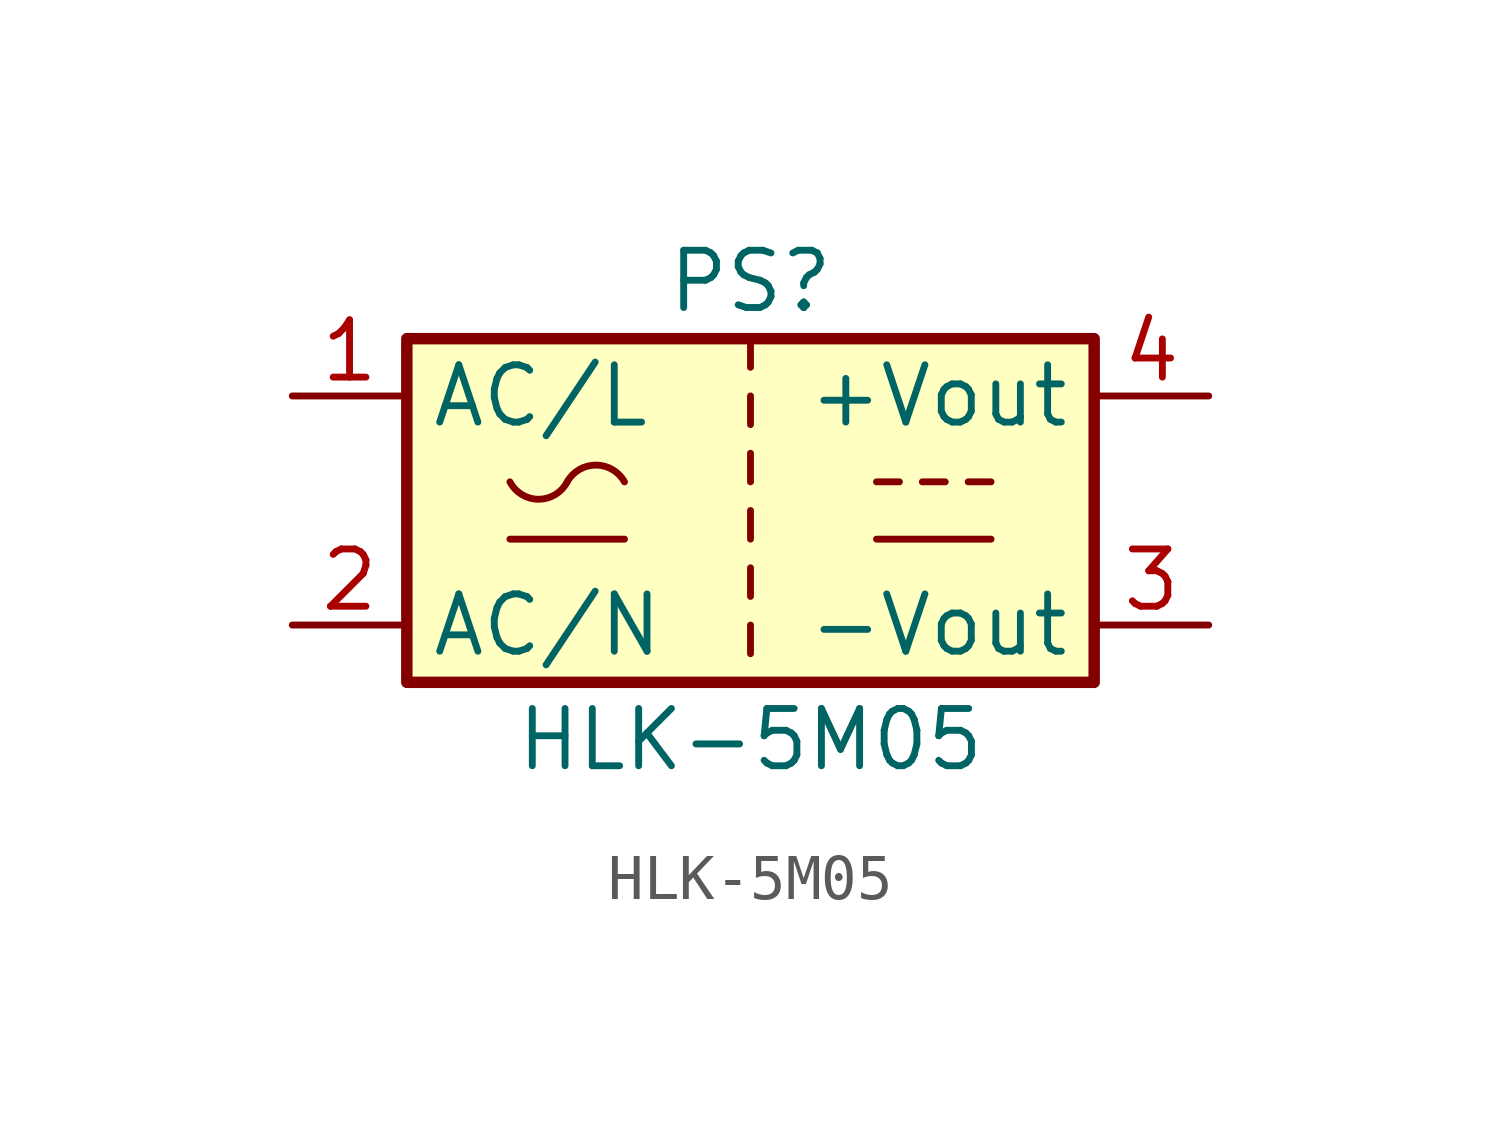
<source format=kicad_sym>
(kicad_symbol_lib
  (version 20201005)
  (generator kicad_symbol_editor)
  (symbol "Converter_ACDC:HLK-5M05"
    (property "Reference" "PS"
      (at 0 5.08 0)
      (effects (font (size 1.27 1.27))))
    (property "Value" "HLK-5M05"
      (at 0 -5.08 0)
      (effects (font (size 1.27 1.27))))
    (symbol "HLK-5M05_0_1"
      (arc (start -5.334 0.635) (end -4.064 0.635) (radius (at -4.699 0.9652) (length 0.7112) (angles -152.5 -27.5)) (stroke (width 0)) (fill (type none)))
      (arc (start -2.794 0.635) (end -4.064 0.635) (radius (at -3.429 0.2794) (length 0.7366) (angles 29.2 150.8)) (stroke (width 0)) (fill (type none)))
      (rectangle (start -7.62 3.81) (end 7.62 -3.81) (stroke (width 0.254)) (fill (type background)))
      (polyline (pts (xy -5.334 -0.635) (xy -2.794 -0.635)) (stroke (width 0)) (fill (type none)))
      (polyline (pts (xy 0 -2.54) (xy 0 -3.175)) (stroke (width 0)) (fill (type none)))
      (polyline (pts (xy 0 -1.27) (xy 0 -1.905)) (stroke (width 0)) (fill (type none)))
      (polyline (pts (xy 0 0) (xy 0 -0.635)) (stroke (width 0)) (fill (type none)))
      (polyline (pts (xy 0 1.27) (xy 0 0.635)) (stroke (width 0)) (fill (type none)))
      (polyline (pts (xy 0 2.54) (xy 0 1.905)) (stroke (width 0)) (fill (type none)))
      (polyline (pts (xy 0 3.81) (xy 0 3.175)) (stroke (width 0)) (fill (type none)))
      (polyline (pts (xy 2.794 -0.635) (xy 5.334 -0.635)) (stroke (width 0)) (fill (type none)))
      (polyline (pts (xy 2.794 0.635) (xy 3.302 0.635)) (stroke (width 0)) (fill (type none)))
      (polyline (pts (xy 3.81 0.635) (xy 4.318 0.635)) (stroke (width 0)) (fill (type none)))
      (polyline (pts (xy 4.826 0.635) (xy 5.334 0.635)) (stroke (width 0)) (fill (type none))))
    (symbol "HLK-5M05_1_1"
      (pin power_in line (at -10.16 2.54 0) (length 2.54) (name "AC/L" (effects (font (size 1.27 1.27)))) (number "1" (effects (font (size 1.27 1.27)))))
      (pin power_in line (at -10.16 -2.54 0) (length 2.54) (name "AC/N" (effects (font (size 1.27 1.27)))) (number "2" (effects (font (size 1.27 1.27)))))
      (pin power_out line (at 10.16 -2.54 180) (length 2.54) (name "-Vout" (effects (font (size 1.27 1.27)))) (number "3" (effects (font (size 1.27 1.27)))))
      (pin power_out line (at 10.16 2.54 180) (length 2.54) (name "+Vout" (effects (font (size 1.27 1.27)))) (number "4" (effects (font (size 1.27 1.27))))))))
</source>
